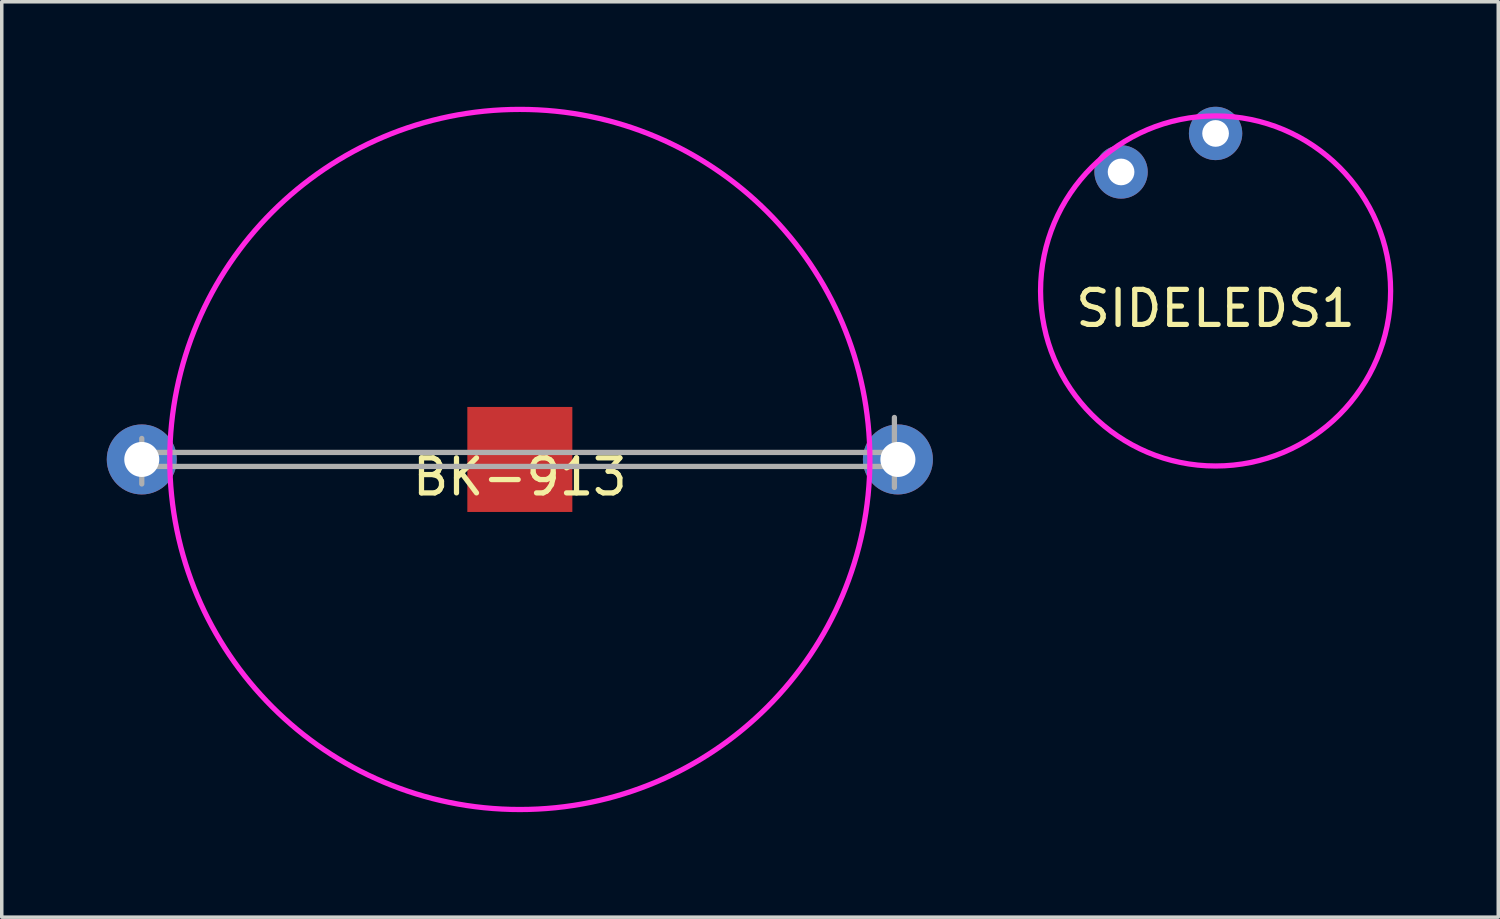
<source format=kicad_pcb>
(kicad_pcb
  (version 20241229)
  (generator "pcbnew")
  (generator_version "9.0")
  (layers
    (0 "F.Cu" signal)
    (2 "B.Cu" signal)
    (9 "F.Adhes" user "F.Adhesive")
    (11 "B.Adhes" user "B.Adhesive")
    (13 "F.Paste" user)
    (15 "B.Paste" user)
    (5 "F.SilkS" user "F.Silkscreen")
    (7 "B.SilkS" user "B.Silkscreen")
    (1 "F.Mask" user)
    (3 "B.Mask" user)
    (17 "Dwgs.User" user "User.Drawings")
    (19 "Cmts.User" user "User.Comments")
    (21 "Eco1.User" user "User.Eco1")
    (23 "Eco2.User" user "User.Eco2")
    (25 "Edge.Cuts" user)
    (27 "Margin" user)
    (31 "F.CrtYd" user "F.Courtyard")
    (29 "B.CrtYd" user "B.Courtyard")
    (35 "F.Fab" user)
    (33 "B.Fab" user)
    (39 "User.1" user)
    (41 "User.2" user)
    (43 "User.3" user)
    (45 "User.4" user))
  (footprint "BK-913"
    (layer "F.Cu")
    (at 11.8 10.075)
    (property "Reference" "BK-913" (at 0 0.5 0) (layer "F.SilkS") (effects (font (size 1 1) (thickness 0.15))))
    (attr through_hole)
    (fp_circle (center 0 0) (end 10 0) (stroke (width 0.15) (type solid)) (fill no) (layer "F.CrtYd"))
    (fp_line (start -10.8 -0.2) (end 10.7 -0.2) (stroke (width 0.15) (type solid)) (layer "F.Fab"))
    (fp_line (start -10.8 0.7) (end -10.8 -0.6) (stroke (width 0.15) (type solid)) (layer "F.Fab"))
    (fp_line (start 10.6 0.2) (end -10.9 0.2) (stroke (width 0.15) (type solid)) (layer "F.Fab"))
    (fp_line (start 10.7 -1.2) (end 10.7 0.8) (stroke (width 0.15) (type solid)) (layer "F.Fab"))
    (pad "1" thru_hole circle (at -10.8 0) (size 2 2) (drill 1) (layers "*.Cu" "*.Mask"))
    (pad "1" thru_hole circle (at 10.8 0) (size 2 2) (drill 1) (layers "*.Cu" "*.Mask"))
    (pad "2" smd rect (at 0 0) (size 3 3) (layers "F.Cu" "F.Mask" "F.Paste")))
  (footprint "SIDELEDS1"
    (layer "F.Cu")
    (at 31.675 5.262)
    (property "Reference" "SIDELEDS1" (at 0 0.5 0) (layer "F.SilkS") (effects (font (size 1 1) (thickness 0.15))))
    (attr through_hole)
    (fp_circle (center 0 0) (end 5 0) (stroke (width 0.15) (type solid)) (fill no) (layer "F.CrtYd"))
    (pad "1" thru_hole circle (at 0 -4.5) (size 1.524 1.524) (drill 0.762) (layers "*.Cu" "*.Mask"))
    (pad "2" thru_hole circle (at -2.7 -3.4) (size 1.524 1.524) (drill 0.762) (layers "*.Cu" "*.Mask")))
  (gr_rect
    (start -3 -3)
    (end 39.75 23.15)
    (stroke (width 0.1) (type default))
    (fill no)
    (layer "Edge.Cuts")))
</source>
